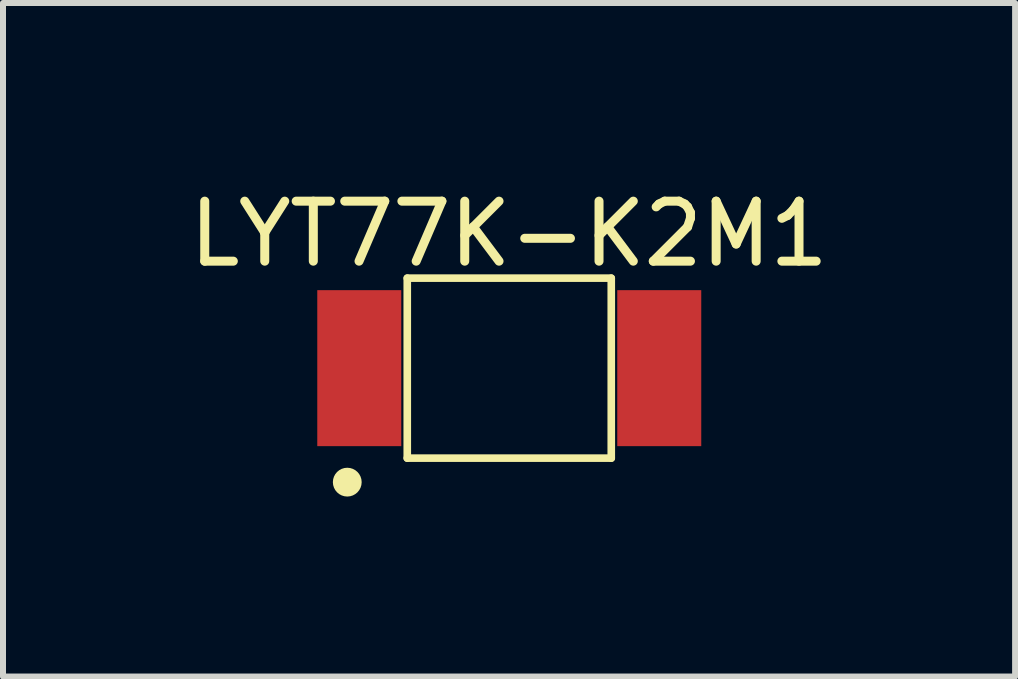
<source format=kicad_pcb>
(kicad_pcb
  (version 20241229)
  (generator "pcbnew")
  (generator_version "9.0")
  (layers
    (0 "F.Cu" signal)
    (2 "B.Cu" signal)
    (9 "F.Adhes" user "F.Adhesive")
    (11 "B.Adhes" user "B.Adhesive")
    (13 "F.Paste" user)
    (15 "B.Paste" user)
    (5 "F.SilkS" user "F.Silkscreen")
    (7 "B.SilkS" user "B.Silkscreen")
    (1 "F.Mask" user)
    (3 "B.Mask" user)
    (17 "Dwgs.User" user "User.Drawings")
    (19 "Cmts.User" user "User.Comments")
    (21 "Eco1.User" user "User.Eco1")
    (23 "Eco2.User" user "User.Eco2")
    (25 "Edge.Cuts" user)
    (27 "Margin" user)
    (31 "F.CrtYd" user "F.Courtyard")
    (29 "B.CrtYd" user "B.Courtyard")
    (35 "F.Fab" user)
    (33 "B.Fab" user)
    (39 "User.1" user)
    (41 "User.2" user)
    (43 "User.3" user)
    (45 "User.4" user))
  (footprint "LYT77K-K2M1"
    (layer "F.Cu")
    (at 5.438 3.086)
    (property "Reference" "LYT77K-K2M1" (at -0.004 -2.238 0) (layer "F.SilkS") (effects (font (size 1 1) (thickness 0.15))))
    (attr smd)
    (fp_line (start -1.7 -1.5) (end 1.7 -1.5) (stroke (width 0.127) (type solid)) (layer "F.SilkS"))
    (fp_line (start -1.7 1.5) (end -1.7 -1.5) (stroke (width 0.127) (type solid)) (layer "F.SilkS"))
    (fp_line (start 1.7 -1.5) (end 1.7 1.5) (stroke (width 0.127) (type solid)) (layer "F.SilkS"))
    (fp_line (start 1.7 1.5) (end -1.7 1.5) (stroke (width 0.127) (type solid)) (layer "F.SilkS"))
    (fp_circle (center -2.7 1.9) (end -2.58 1.9) (stroke (width 0.24) (type solid)) (fill no) (layer "F.SilkS"))
    (pad "1" smd rect (at -2.5 0) (size 1.4 2.6) (layers "F.Cu" "F.Mask" "F.Paste"))
    (pad "2" smd rect (at 2.5 0) (size 1.4 2.6) (layers "F.Cu" "F.Mask" "F.Paste")))
  (gr_rect
    (start -3 -3)
    (end 13.869 8.226)
    (stroke (width 0.1) (type default))
    (fill no)
    (layer "Edge.Cuts")))
</source>
